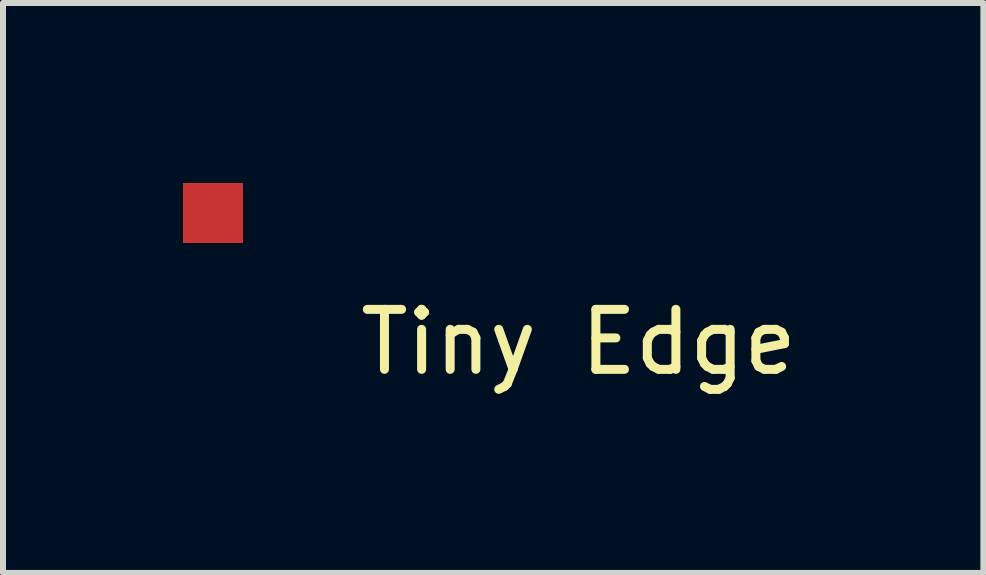
<source format=kicad_pcb>
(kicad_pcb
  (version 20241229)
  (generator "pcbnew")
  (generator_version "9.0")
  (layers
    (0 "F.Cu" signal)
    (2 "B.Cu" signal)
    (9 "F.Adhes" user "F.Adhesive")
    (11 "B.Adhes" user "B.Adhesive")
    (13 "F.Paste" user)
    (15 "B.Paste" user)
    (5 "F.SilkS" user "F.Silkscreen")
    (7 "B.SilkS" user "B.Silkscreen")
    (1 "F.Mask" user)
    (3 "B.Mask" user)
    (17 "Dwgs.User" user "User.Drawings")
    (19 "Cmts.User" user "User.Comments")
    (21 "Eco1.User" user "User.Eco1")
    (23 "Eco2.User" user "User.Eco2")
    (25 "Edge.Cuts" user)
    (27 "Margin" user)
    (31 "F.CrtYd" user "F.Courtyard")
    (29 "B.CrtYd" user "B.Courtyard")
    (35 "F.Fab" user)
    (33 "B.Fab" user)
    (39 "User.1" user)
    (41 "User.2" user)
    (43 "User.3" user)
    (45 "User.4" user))
  (footprint "Tiny Edge"
    (layer "F.Cu")
    (at 6.596 2.151)
    (property "Reference" "Tiny Edge" (at 0 0.5 0) (layer "F.SilkS") (effects (font (size 1 1) (thickness 0.15))))
    (attr through_hole)
    (pad "1" smd rect (at -6.096 -1.651) (size 1 1) (layers "F.Cu" "F.Mask" "F.Paste")))
  (gr_rect
    (start -3 -3)
    (end 13.34 6.499)
    (stroke (width 0.1) (type default))
    (fill no)
    (layer "Edge.Cuts")))
</source>
